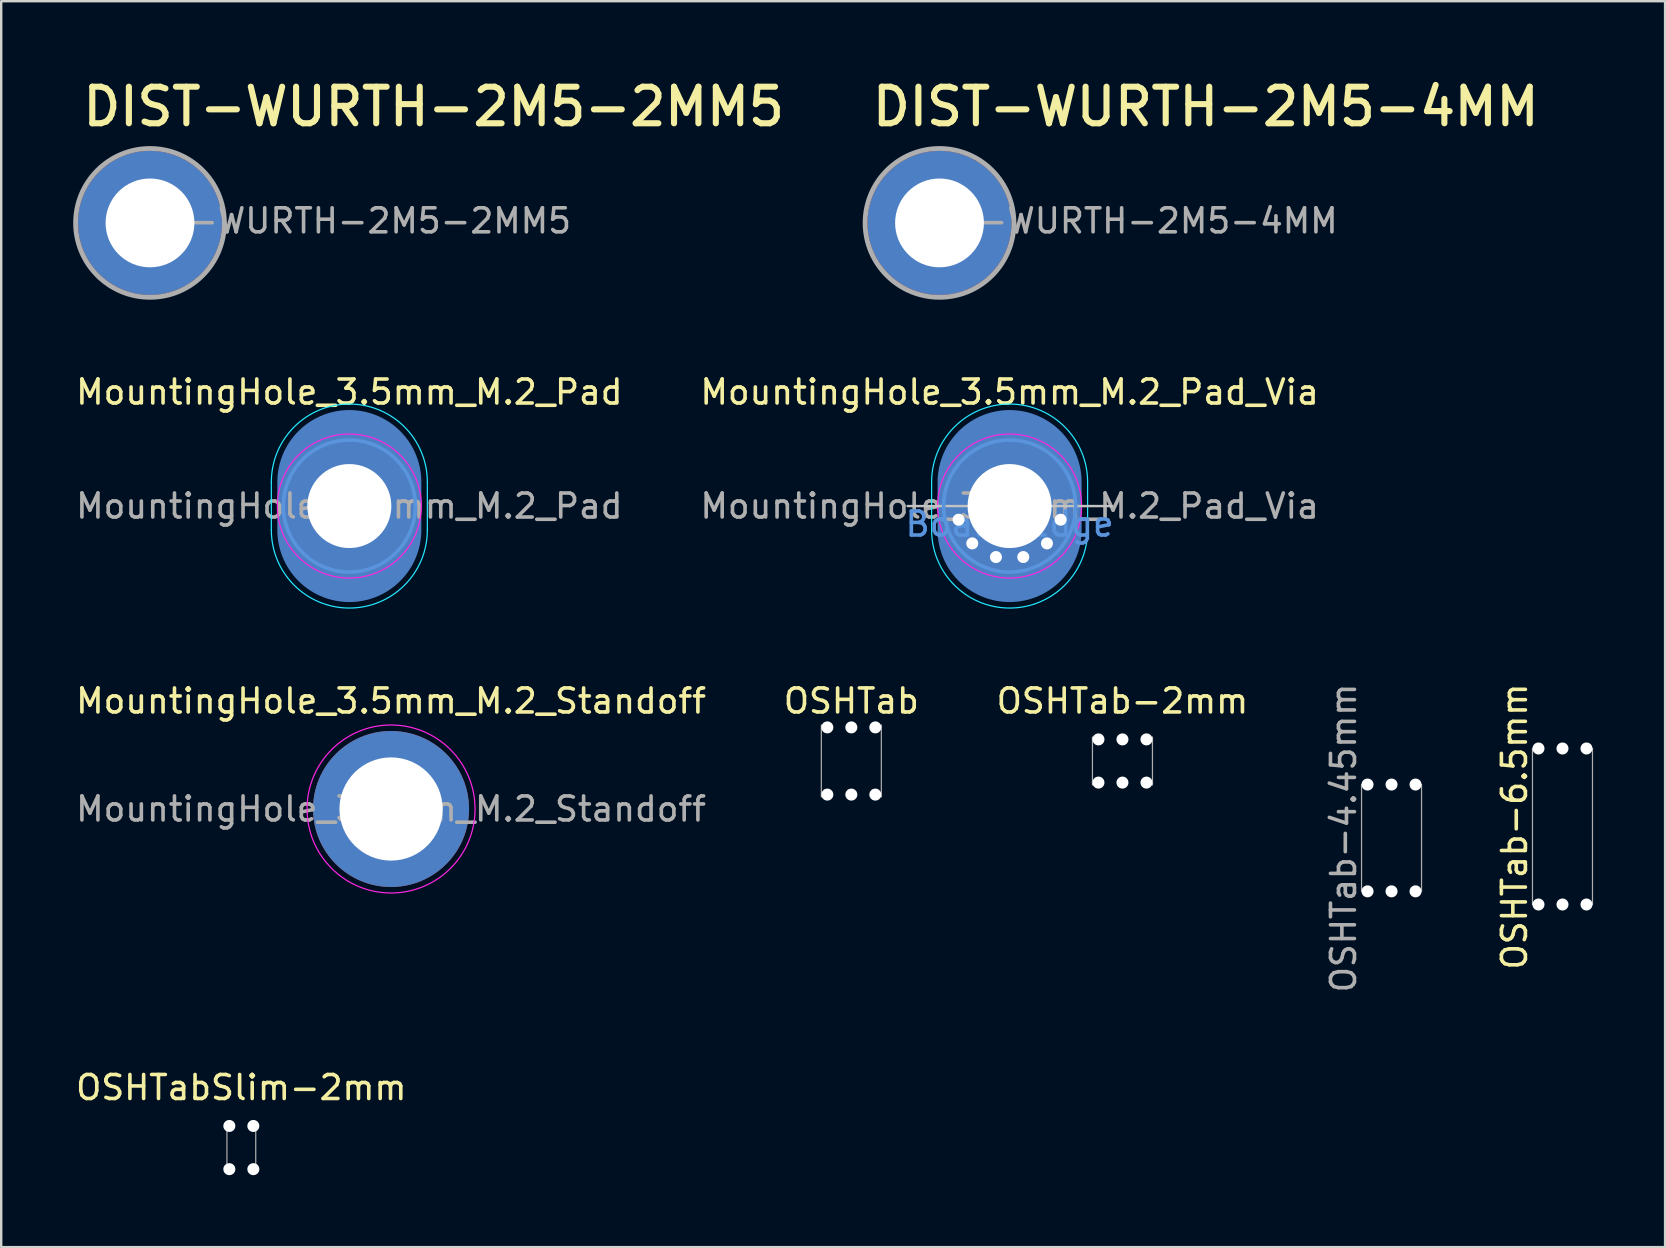
<source format=kicad_pcb>
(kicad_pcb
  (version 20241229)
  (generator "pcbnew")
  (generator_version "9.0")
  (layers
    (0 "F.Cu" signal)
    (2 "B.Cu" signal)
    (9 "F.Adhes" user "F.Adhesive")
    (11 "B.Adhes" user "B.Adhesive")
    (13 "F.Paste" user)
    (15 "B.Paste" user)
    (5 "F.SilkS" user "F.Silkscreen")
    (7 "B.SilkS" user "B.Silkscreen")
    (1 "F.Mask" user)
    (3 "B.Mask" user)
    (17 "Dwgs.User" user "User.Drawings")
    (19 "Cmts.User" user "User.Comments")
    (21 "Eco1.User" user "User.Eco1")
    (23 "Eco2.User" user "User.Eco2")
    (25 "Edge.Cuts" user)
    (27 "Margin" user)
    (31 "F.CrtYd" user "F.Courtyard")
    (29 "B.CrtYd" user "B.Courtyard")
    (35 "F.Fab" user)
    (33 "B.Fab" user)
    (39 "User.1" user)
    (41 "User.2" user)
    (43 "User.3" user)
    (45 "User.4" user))
  (footprint "OSHTab-6.5mm"
    (layer "F.Cu")
    (at 62.055 31.388)
    (property "Reference" "OSHTab-6.5mm" (at -2 0 90) (layer "F.SilkS") (effects (font (size 1 1) (thickness 0.15))))
    (attr through_hole)
    (fp_line (start -1.25 -3.25) (end -1.25 3.25) (stroke (width 0.05) (type solid)) (layer "F.Fab"))
    (fp_line (start 1.25 -3.25) (end 1.25 3.25) (stroke (width 0.05) (type solid)) (layer "F.Fab"))
    (pad "" np_thru_hole circle (at -1 -3.25) (size 0.5 0.5) (drill 0.5) (layers "*.Cu"))
    (pad "" np_thru_hole circle (at -1 3.25) (size 0.5 0.5) (drill 0.5) (layers "*.Cu"))
    (pad "" np_thru_hole circle (at 0 -3.25) (size 0.5 0.5) (drill 0.5) (layers "*.Cu"))
    (pad "" np_thru_hole circle (at 0 3.25) (size 0.5 0.5) (drill 0.5) (layers "*.Cu"))
    (pad "" np_thru_hole circle (at 1 -3.25) (size 0.5 0.5) (drill 0.5) (layers "*.Cu"))
    (pad "" np_thru_hole circle (at 1 3.25) (size 0.5 0.5) (drill 0.5) (layers "*.Cu")))
  (footprint "OSHTabSlim-2mm"
    (layer "F.Cu")
    (at 7.006 44.766)
    (property "Reference" "OSHTabSlim-2mm" (at 0 -2.5 0) (layer "F.SilkS") (effects (font (size 1 1) (thickness 0.15))))
    (attr exclude_from_pos_files exclude_from_bom)
    (fp_line (start -0.6 -1) (end -0.6 1) (stroke (width 0.05) (type solid)) (layer "F.Fab"))
    (fp_line (start 0.6 -1) (end 0.6 1) (stroke (width 0.05) (type solid)) (layer "F.Fab"))
    (pad "" np_thru_hole circle (at -0.5 -0.9) (size 0.5 0.5) (drill 0.5) (layers "*.Cu"))
    (pad "" np_thru_hole circle (at -0.5 0.9) (size 0.5 0.5) (drill 0.5) (layers "*.Cu"))
    (pad "" np_thru_hole circle (at 0.5 -0.9) (size 0.5 0.5) (drill 0.5) (layers "*.Cu"))
    (pad "" np_thru_hole circle (at 0.5 0.9) (size 0.5 0.5) (drill 0.5) (layers "*.Cu")))
  (footprint "DIST-WURTH-2M5-2MM5"
    (layer "F.Cu")
    (at 3.2 6.238)
    (property "Reference" "DIST-WURTH-2M5-2MM5" (at -2.934 -3.952 0) (unlocked yes) (layer "F.SilkS") (effects (font (size 1.524 1.524) (thickness 0.254)) (justify left bottom)))
    (fp_poly (pts (xy -2.993 -0.2) (xy -2.964 -0.46) (xy -2.913 -0.717) (xy -2.84 -0.968) (xy -2.744 -1.212) (xy -2.628 -1.446) (xy -2.492 -1.67) (xy -2.337 -1.881) (xy -2.164 -2.077) (xy -1.975 -2.258) (xy -1.771 -2.422) (xy -1.553 -2.567) (xy -1.323 -2.692) (xy -1.084 -2.797) (xy -0.836 -2.881) (xy -0.582 -2.943) (xy -0.323 -2.983) (xy -0.15 -2.996) (xy -0.15 -1.844) (xy -0.31 -1.824) (xy -0.468 -1.79) (xy -0.622 -1.742) (xy -0.772 -1.681) (xy -0.915 -1.608) (xy -1.052 -1.522) (xy -1.18 -1.424) (xy -1.3 -1.316) (xy -1.41 -1.198) (xy -1.509 -1.07) (xy -1.596 -0.935) (xy -1.672 -0.792) (xy -1.734 -0.643) (xy -1.784 -0.49) (xy -1.82 -0.332) (xy -1.839 -0.2)) (stroke (width 0) (type default)) (fill yes) (layer "F.Paste"))
    (fp_poly (pts (xy 0.15 -1.844) (xy 0.15 -2.996) (xy 0.411 -2.972) (xy 0.668 -2.925) (xy 0.92 -2.855) (xy 1.166 -2.764) (xy 1.402 -2.652) (xy 1.628 -2.52) (xy 1.841 -2.368) (xy 2.041 -2.199) (xy 2.225 -2.013) (xy 2.392 -1.811) (xy 2.54 -1.596) (xy 2.67 -1.368) (xy 2.779 -1.13) (xy 2.867 -0.884) (xy 2.933 -0.631) (xy 2.977 -0.373) (xy 2.993 -0.2) (xy 1.839 -0.2) (xy 1.815 -0.36) (xy 1.777 -0.516) (xy 1.725 -0.669) (xy 1.66 -0.817) (xy 1.582 -0.959) (xy 1.493 -1.093) (xy 1.392 -1.219) (xy 1.28 -1.335) (xy 1.159 -1.442) (xy 1.029 -1.537) (xy 0.891 -1.621) (xy 0.746 -1.693) (xy 0.596 -1.751) (xy 0.441 -1.797) (xy 0.283 -1.828)) (stroke (width 0) (type default)) (fill yes) (layer "F.Paste"))
    (fp_poly (pts (xy -2.998 0.1) (xy -1.847 0.1) (xy -1.832 0.261) (xy -1.802 0.419) (xy -1.758 0.575) (xy -1.702 0.726) (xy -1.632 0.871) (xy -1.55 1.01) (xy -1.456 1.141) (xy -1.351 1.264) (xy -1.236 1.377) (xy -1.111 1.479) (xy -0.978 1.571) (xy -0.837 1.65) (xy -0.69 1.716) (xy -0.538 1.77) (xy -0.382 1.81) (xy -0.222 1.837) (xy -0.15 1.844) (xy -0.15 2.996) (xy -0.411 2.972) (xy -0.668 2.925) (xy -0.92 2.855) (xy -1.166 2.764) (xy -1.402 2.652) (xy -1.628 2.52) (xy -1.841 2.368) (xy -2.041 2.199) (xy -2.225 2.013) (xy -2.392 1.811) (xy -2.54 1.596) (xy -2.67 1.368) (xy -2.779 1.13) (xy -2.867 0.884) (xy -2.933 0.631) (xy -2.977 0.373) (xy -2.998 0.112)) (stroke (width 0) (type default)) (fill yes) (layer "F.Paste"))
    (fp_poly (pts (xy 1.847 0.1) (xy 2.998 0.1) (xy 2.978 0.361) (xy 2.935 0.619) (xy 2.87 0.873) (xy 2.783 1.119) (xy 2.675 1.358) (xy 2.547 1.586) (xy 2.399 1.802) (xy 2.233 2.004) (xy 2.049 2.191) (xy 1.851 2.361) (xy 1.638 2.513) (xy 1.413 2.647) (xy 1.177 2.76) (xy 0.932 2.852) (xy 0.679 2.922) (xy 0.422 2.97) (xy 0.162 2.996) (xy 0.15 2.996) (xy 0.15 1.844) (xy 0.31 1.824) (xy 0.468 1.79) (xy 0.622 1.742) (xy 0.772 1.681) (xy 0.915 1.608) (xy 1.052 1.522) (xy 1.18 1.424) (xy 1.3 1.316) (xy 1.41 1.198) (xy 1.509 1.07) (xy 1.596 0.935) (xy 1.672 0.792) (xy 1.735 0.643) (xy 1.784 0.49) (xy 1.82 0.332) (xy 1.842 0.172)) (stroke (width 0) (type default)) (fill yes) (layer "F.Paste"))
    (fp_circle (center 0 0) (end 0 -3.1) (stroke (width 0.2) (type solid)) (fill no) (layer "F.Fab"))
    (fp_text user "1" (at 0 0.08 0) (unlocked yes) (layer "F.Fab") (effects (font (size 0.2 0.2) (thickness 0.02)) (justify left bottom)))
    (fp_text user "${REFERENCE}" (at -1.7 0.5 0) (unlocked yes) (layer "F.Fab") (effects (font (size 1 1) (thickness 0.15)) (justify left bottom)))
    (pad "1" thru_hole circle (at 0 0 90) (size 6 6) (drill 3.7) (layers "*.Cu" "*.Mask"))
    (zone (net_name "") (layer "F.Fab") (hatch edge 0.5) (connect_pads) (min_thickness 0.25) (filled_areas_thickness no) (keepout (tracks not_allowed) (vias not_allowed) (pads not_allowed) (copperpour not_allowed) (footprints allowed)) (placement (enabled no)) (fill) (polygon (pts (xy 3.201 3.129) (xy 2.715 3.168) (xy 2.24 3.282) (xy 1.789 3.468) (xy 1.373 3.723) (xy 1.002 4.04) (xy 0.685 4.411) (xy 0.431 4.827) (xy 0.244 5.278) (xy 0.13 5.753) (xy 0.092 6.239) (xy 0.13 6.725) (xy 0.244 7.2) (xy 0.431 7.651) (xy 0.516 7.79) (xy 0.685 8.067) (xy 1.002 8.438) (xy 1.373 8.755) (xy 1.789 9.01) (xy 2.24 9.196) (xy 2.715 9.31) (xy 3.201 9.349) (xy 3.688 9.31) (xy 4.162 9.196) (xy 4.613 9.01) (xy 5.029 8.755) (xy 5.4 8.438) (xy 5.717 8.067) (xy 5.887 7.79) (xy 5.972 7.651) (xy 6.159 7.2) (xy 6.272 6.725) (xy 6.311 6.239) (xy 6.272 5.753) (xy 6.159 5.278) (xy 5.972 4.827) (xy 5.717 4.411) (xy 5.4 4.04) (xy 5.029 3.723) (xy 4.613 3.468) (xy 4.162 3.282) (xy 3.688 3.168)))))
  (footprint "OSHTab"
    (layer "F.Cu")
    (at 32.423 28.659)
    (property "Reference" "OSHTab" (at 0 -2.5 0) (layer "F.SilkS") (effects (font (size 1 1) (thickness 0.15))))
    (attr through_hole)
    (fp_line (start -1.25 -1.5) (end -1.25 1.5) (stroke (width 0.05) (type solid)) (layer "F.Fab"))
    (fp_line (start 1.25 -1.5) (end 1.25 1.5) (stroke (width 0.05) (type solid)) (layer "F.Fab"))
    (pad "" np_thru_hole circle (at -1 -1.4) (size 0.5 0.5) (drill 0.5) (layers "*.Cu"))
    (pad "" np_thru_hole circle (at -1 1.4) (size 0.5 0.5) (drill 0.5) (layers "*.Cu"))
    (pad "" np_thru_hole circle (at 0 -1.4) (size 0.5 0.5) (drill 0.5) (layers "*.Cu"))
    (pad "" np_thru_hole circle (at 0 1.4) (size 0.5 0.5) (drill 0.5) (layers "*.Cu"))
    (pad "" np_thru_hole circle (at 1 -1.4) (size 0.5 0.5) (drill 0.5) (layers "*.Cu"))
    (pad "" np_thru_hole circle (at 1 1.4) (size 0.5 0.5) (drill 0.5) (layers "*.Cu")))
  (footprint "OSHTab-2mm"
    (layer "F.Cu")
    (at 43.72 28.659)
    (property "Reference" "OSHTab-2mm" (at 0 -2.5 0) (layer "F.SilkS") (effects (font (size 1 1) (thickness 0.15))))
    (attr through_hole)
    (fp_line (start -1.25 -1) (end -1.25 1) (stroke (width 0.05) (type solid)) (layer "F.Fab"))
    (fp_line (start 1.25 -1) (end 1.25 1) (stroke (width 0.05) (type solid)) (layer "F.Fab"))
    (pad "" np_thru_hole circle (at -1 -0.9) (size 0.5 0.5) (drill 0.5) (layers "*.Cu"))
    (pad "" np_thru_hole circle (at -1 0.9) (size 0.5 0.5) (drill 0.5) (layers "*.Cu"))
    (pad "" np_thru_hole circle (at 0 -0.9) (size 0.5 0.5) (drill 0.5) (layers "*.Cu"))
    (pad "" np_thru_hole circle (at 0 0.9) (size 0.5 0.5) (drill 0.5) (layers "*.Cu"))
    (pad "" np_thru_hole circle (at 1 -0.9) (size 0.5 0.5) (drill 0.5) (layers "*.Cu"))
    (pad "" np_thru_hole circle (at 1 0.9) (size 0.5 0.5) (drill 0.5) (layers "*.Cu")))
  (footprint "DIST-WURTH-2M5-4MM"
    (layer "F.Cu")
    (at 36.097 6.238)
    (property "Reference" "DIST-WURTH-2M5-4MM" (at -2.934 -3.952 0) (unlocked yes) (layer "F.SilkS") (effects (font (size 1.524 1.524) (thickness 0.254)) (justify left bottom)))
    (fp_poly (pts (xy -2.993 -0.2) (xy -2.964 -0.46) (xy -2.913 -0.717) (xy -2.84 -0.968) (xy -2.744 -1.212) (xy -2.628 -1.446) (xy -2.492 -1.67) (xy -2.337 -1.881) (xy -2.164 -2.077) (xy -1.975 -2.258) (xy -1.771 -2.422) (xy -1.553 -2.567) (xy -1.323 -2.692) (xy -1.084 -2.797) (xy -0.836 -2.881) (xy -0.582 -2.943) (xy -0.323 -2.983) (xy -0.15 -2.996) (xy -0.15 -1.844) (xy -0.31 -1.824) (xy -0.468 -1.79) (xy -0.622 -1.742) (xy -0.772 -1.681) (xy -0.915 -1.608) (xy -1.052 -1.522) (xy -1.18 -1.424) (xy -1.3 -1.316) (xy -1.41 -1.198) (xy -1.509 -1.07) (xy -1.596 -0.935) (xy -1.672 -0.792) (xy -1.734 -0.643) (xy -1.784 -0.49) (xy -1.82 -0.332) (xy -1.839 -0.2)) (stroke (width 0) (type default)) (fill yes) (layer "F.Paste"))
    (fp_poly (pts (xy 0.15 -1.844) (xy 0.15 -2.996) (xy 0.411 -2.972) (xy 0.668 -2.925) (xy 0.92 -2.855) (xy 1.166 -2.764) (xy 1.402 -2.652) (xy 1.628 -2.52) (xy 1.841 -2.368) (xy 2.041 -2.199) (xy 2.225 -2.013) (xy 2.392 -1.811) (xy 2.54 -1.596) (xy 2.67 -1.368) (xy 2.779 -1.13) (xy 2.867 -0.884) (xy 2.933 -0.631) (xy 2.977 -0.373) (xy 2.993 -0.2) (xy 1.839 -0.2) (xy 1.815 -0.36) (xy 1.777 -0.516) (xy 1.725 -0.669) (xy 1.66 -0.817) (xy 1.582 -0.959) (xy 1.493 -1.093) (xy 1.392 -1.219) (xy 1.28 -1.335) (xy 1.159 -1.442) (xy 1.029 -1.537) (xy 0.891 -1.621) (xy 0.746 -1.693) (xy 0.596 -1.751) (xy 0.441 -1.797) (xy 0.283 -1.828)) (stroke (width 0) (type default)) (fill yes) (layer "F.Paste"))
    (fp_poly (pts (xy -2.998 0.1) (xy -1.847 0.1) (xy -1.832 0.261) (xy -1.802 0.419) (xy -1.758 0.575) (xy -1.702 0.726) (xy -1.632 0.871) (xy -1.55 1.01) (xy -1.456 1.141) (xy -1.351 1.264) (xy -1.236 1.377) (xy -1.111 1.479) (xy -0.978 1.571) (xy -0.837 1.65) (xy -0.69 1.716) (xy -0.538 1.77) (xy -0.382 1.81) (xy -0.222 1.837) (xy -0.15 1.844) (xy -0.15 2.996) (xy -0.411 2.972) (xy -0.668 2.925) (xy -0.92 2.855) (xy -1.166 2.764) (xy -1.402 2.652) (xy -1.628 2.52) (xy -1.841 2.368) (xy -2.041 2.199) (xy -2.225 2.013) (xy -2.392 1.811) (xy -2.54 1.596) (xy -2.67 1.368) (xy -2.779 1.13) (xy -2.867 0.884) (xy -2.933 0.631) (xy -2.977 0.373) (xy -2.998 0.112)) (stroke (width 0) (type default)) (fill yes) (layer "F.Paste"))
    (fp_poly (pts (xy 1.847 0.1) (xy 2.998 0.1) (xy 2.978 0.361) (xy 2.935 0.619) (xy 2.87 0.873) (xy 2.783 1.119) (xy 2.675 1.358) (xy 2.547 1.586) (xy 2.399 1.802) (xy 2.233 2.004) (xy 2.049 2.191) (xy 1.851 2.361) (xy 1.638 2.513) (xy 1.413 2.647) (xy 1.177 2.76) (xy 0.932 2.852) (xy 0.679 2.922) (xy 0.422 2.97) (xy 0.162 2.996) (xy 0.15 2.996) (xy 0.15 1.844) (xy 0.31 1.824) (xy 0.468 1.79) (xy 0.622 1.742) (xy 0.772 1.681) (xy 0.915 1.608) (xy 1.052 1.522) (xy 1.18 1.424) (xy 1.3 1.316) (xy 1.41 1.198) (xy 1.509 1.07) (xy 1.596 0.935) (xy 1.672 0.792) (xy 1.735 0.643) (xy 1.784 0.49) (xy 1.82 0.332) (xy 1.842 0.172)) (stroke (width 0) (type default)) (fill yes) (layer "F.Paste"))
    (fp_circle (center 0 0) (end 0 -3.1) (stroke (width 0.2) (type solid)) (fill no) (layer "F.Fab"))
    (fp_text user "${REFERENCE}" (at -1.7 0.5 0) (unlocked yes) (layer "F.Fab") (effects (font (size 1 1) (thickness 0.15)) (justify left bottom)))
    (fp_text user "1" (at 0 0.08 0) (unlocked yes) (layer "F.Fab") (effects (font (size 0.2 0.2) (thickness 0.02)) (justify left bottom)))
    (pad "1" thru_hole circle (at 0 0 90) (size 6 6) (drill 3.7) (layers "*.Cu" "*.Mask"))
    (zone (net_name "") (layer "F.Fab") (hatch edge 0.5) (connect_pads) (min_thickness 0.25) (filled_areas_thickness no) (keepout (tracks not_allowed) (vias not_allowed) (pads not_allowed) (copperpour not_allowed) (footprints allowed)) (placement (enabled no)) (fill) (polygon (pts (xy 36.098 3.129) (xy 35.612 3.168) (xy 35.137 3.282) (xy 34.686 3.468) (xy 34.27 3.723) (xy 33.899 4.04) (xy 33.582 4.411) (xy 33.327 4.827) (xy 33.141 5.278) (xy 33.027 5.753) (xy 32.989 6.239) (xy 33.027 6.725) (xy 33.141 7.2) (xy 33.327 7.651) (xy 33.413 7.79) (xy 33.582 8.067) (xy 33.899 8.438) (xy 34.27 8.755) (xy 34.686 9.01) (xy 35.137 9.196) (xy 35.612 9.31) (xy 36.098 9.349) (xy 36.585 9.31) (xy 37.059 9.196) (xy 37.51 9.01) (xy 37.926 8.755) (xy 38.297 8.438) (xy 38.614 8.067) (xy 38.784 7.79) (xy 38.869 7.651) (xy 39.055 7.2) (xy 39.169 6.725) (xy 39.208 6.239) (xy 39.169 5.753) (xy 39.055 5.278) (xy 38.869 4.827) (xy 38.614 4.411) (xy 38.297 4.04) (xy 37.926 3.723) (xy 37.51 3.468) (xy 37.059 3.282) (xy 36.585 3.168)))))
  (footprint "MountingHole_3.5mm_M.2_Pad_Via"
    (layer "F.Cu")
    (at 39.018 18.036)
    (property "Reference" "MountingHole_3.5mm_M.2_Pad_Via" (at 0 -4.75 0) (layer "F.SilkS") (effects (font (size 1 1) (thickness 0.15))))
    (attr exclude_from_pos_files exclude_from_bom)
    (fp_line (start -4.25 0) (end 4.25 0) (stroke (width 0.1) (type solid)) (layer "Dwgs.User"))
    (fp_circle (center 0 0) (end 2.75 0) (stroke (width 0.15) (type solid)) (fill no) (layer "Cmts.User"))
    (fp_line (start -3.25 -1) (end -3.25 1) (stroke (width 0.05) (type solid)) (layer "B.CrtYd"))
    (fp_line (start 3.25 1) (end 3.25 -1) (stroke (width 0.05) (type solid)) (layer "B.CrtYd"))
    (fp_arc (start -3.25 -1) (mid 0 -4.25) (end 3.25 -1) (stroke (width 0.05) (type solid)) (layer "B.CrtYd"))
    (fp_arc (start 3.25 1) (mid 0 4.25) (end -3.25 1) (stroke (width 0.05) (type solid)) (layer "B.CrtYd"))
    (fp_circle (center 0 0) (end 3 0) (stroke (width 0.05) (type solid)) (fill no) (layer "F.CrtYd"))
    (fp_text user "Board Edge" (at 0 0.75 0) (unlocked yes) (layer "Cmts.User") (effects (font (size 1 1) (thickness 0.15))))
    (fp_text user "${REFERENCE}" (at 0 0 0) (layer "F.Fab") (effects (font (size 1 1) (thickness 0.15))))
    (pad "1" thru_hole circle (at -2.125 0.569) (size 0.75 0.75) (drill 0.5) (layers "*.Cu" "*.Mask"))
    (pad "1" thru_hole circle (at -1.556 1.556) (size 0.75 0.75) (drill 0.5) (layers "*.Cu" "*.Mask"))
    (pad "1" thru_hole circle (at -0.569 2.125) (size 0.75 0.75) (drill 0.5) (layers "*.Cu" "*.Mask"))
    (pad "1" thru_hole circle (at 0 0) (size 5.5 5.5) (drill 3.5) (property pad_prop_castellated) (layers "*.Cu" "*.Mask"))
    (pad "1" smd oval (at 0 0) (size 6 8) (layers "B.Cu" "B.Mask"))
    (pad "1" thru_hole circle (at 0.569 2.125) (size 0.75 0.75) (drill 0.5) (layers "*.Cu" "*.Mask"))
    (pad "1" thru_hole circle (at 1.556 1.556) (size 0.75 0.75) (drill 0.5) (layers "*.Cu" "*.Mask"))
    (pad "1" thru_hole circle (at 2.125 0.569) (size 0.75 0.75) (drill 0.5) (layers "*.Cu" "*.Mask")))
  (footprint "MountingHole_3.5mm_M.2_Standoff"
    (layer "F.Cu")
    (at 13.244 30.659)
    (property "Reference" "MountingHole_3.5mm_M.2_Standoff" (at 0 -4.5 0) (layer "F.SilkS") (effects (font (size 1 1) (thickness 0.15))))
    (attr exclude_from_pos_files exclude_from_bom)
    (fp_circle (center 0 0) (end 3.5 0) (stroke (width 0.05) (type solid)) (fill no) (layer "F.CrtYd"))
    (fp_text user "${REFERENCE}" (at 0 0 0) (layer "F.Fab") (effects (font (size 1 1) (thickness 0.15))))
    (pad "1" thru_hole circle (at 0 0) (size 6.5 6.5) (drill 4.3) (layers "*.Cu" "*.Mask")))
  (footprint "MountingHole_3.5mm_M.2_Pad"
    (layer "F.Cu")
    (at 11.506 18.036)
    (property "Reference" "MountingHole_3.5mm_M.2_Pad" (at 0 -4.75 0) (layer "F.SilkS") (effects (font (size 1 1) (thickness 0.15))))
    (attr exclude_from_pos_files exclude_from_bom)
    (fp_circle (center 0 0) (end 2.75 0) (stroke (width 0.15) (type solid)) (fill no) (layer "Cmts.User"))
    (fp_line (start -3.25 -1) (end -3.25 1) (stroke (width 0.05) (type solid)) (layer "B.CrtYd"))
    (fp_line (start 3.25 1) (end 3.25 -1) (stroke (width 0.05) (type solid)) (layer "B.CrtYd"))
    (fp_arc (start -3.25 -1) (mid 0 -4.25) (end 3.25 -1) (stroke (width 0.05) (type solid)) (layer "B.CrtYd"))
    (fp_arc (start 3.25 1) (mid 0 4.25) (end -3.25 1) (stroke (width 0.05) (type solid)) (layer "B.CrtYd"))
    (fp_circle (center 0 0) (end 3 0) (stroke (width 0.05) (type solid)) (fill no) (layer "F.CrtYd"))
    (fp_text user "${REFERENCE}" (at 0 0 0) (layer "F.Fab") (effects (font (size 1 1) (thickness 0.15))))
    (pad "1" thru_hole circle (at 0 0) (size 5.5 5.5) (drill 3.5) (layers "*.Cu" "*.Mask"))
    (pad "1" smd oval (at 0 0) (size 6 8) (layers "B.Cu" "B.Mask")))
  (footprint "OSHTab-4.45mm"
    (layer "F.Cu")
    (at 54.932 31.865)
    (property "Reference" "OSHTab-4.45mm" (at -2 0 90) (layer "F.Fab") (effects (font (size 1 1) (thickness 0.15))))
    (attr through_hole)
    (fp_line (start -1.25 -2.225) (end -1.25 2.225) (stroke (width 0.05) (type solid)) (layer "F.Fab"))
    (fp_line (start 1.25 -2.225) (end 1.25 2.225) (stroke (width 0.05) (type solid)) (layer "F.Fab"))
    (pad "" np_thru_hole circle (at -1 -2.225) (size 0.5 0.5) (drill 0.5) (layers "*.Cu"))
    (pad "" np_thru_hole circle (at -1 2.225) (size 0.5 0.5) (drill 0.5) (layers "*.Cu"))
    (pad "" np_thru_hole circle (at 0 -2.225) (size 0.5 0.5) (drill 0.5) (layers "*.Cu"))
    (pad "" np_thru_hole circle (at 0 2.225) (size 0.5 0.5) (drill 0.5) (layers "*.Cu"))
    (pad "" np_thru_hole circle (at 1 -2.225) (size 0.5 0.5) (drill 0.5) (layers "*.Cu"))
    (pad "" np_thru_hole circle (at 1 2.225) (size 0.5 0.5) (drill 0.5) (layers "*.Cu")))
  (gr_rect
    (start -3 -3)
    (end 66.33 48.916)
    (stroke (width 0.1) (type default))
    (fill no)
    (layer "Edge.Cuts")))
</source>
